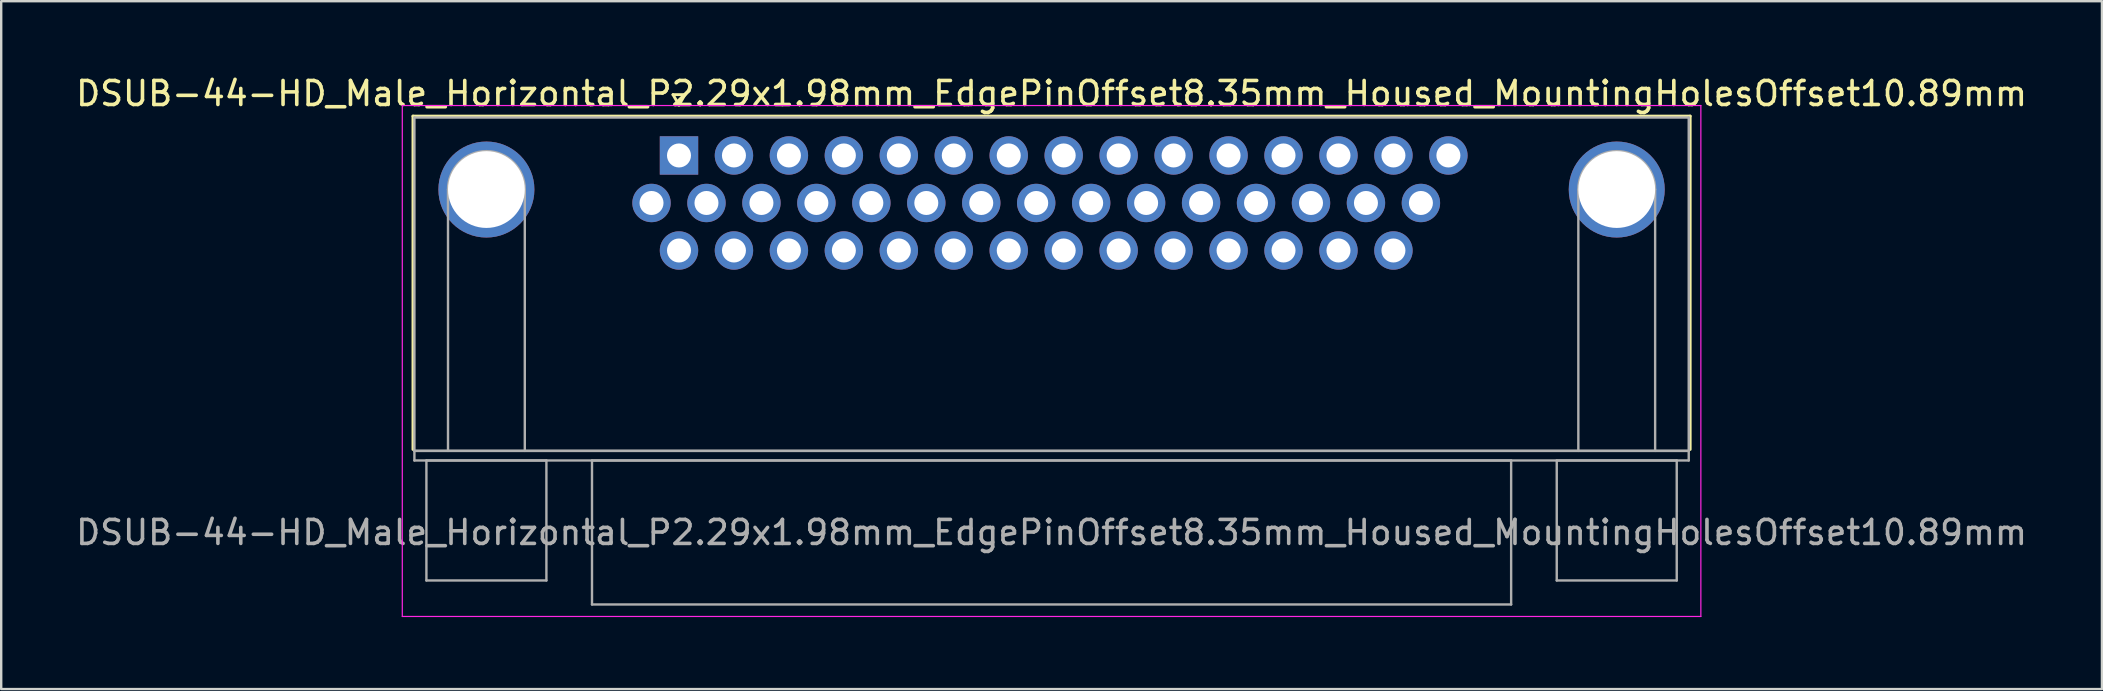
<source format=kicad_pcb>
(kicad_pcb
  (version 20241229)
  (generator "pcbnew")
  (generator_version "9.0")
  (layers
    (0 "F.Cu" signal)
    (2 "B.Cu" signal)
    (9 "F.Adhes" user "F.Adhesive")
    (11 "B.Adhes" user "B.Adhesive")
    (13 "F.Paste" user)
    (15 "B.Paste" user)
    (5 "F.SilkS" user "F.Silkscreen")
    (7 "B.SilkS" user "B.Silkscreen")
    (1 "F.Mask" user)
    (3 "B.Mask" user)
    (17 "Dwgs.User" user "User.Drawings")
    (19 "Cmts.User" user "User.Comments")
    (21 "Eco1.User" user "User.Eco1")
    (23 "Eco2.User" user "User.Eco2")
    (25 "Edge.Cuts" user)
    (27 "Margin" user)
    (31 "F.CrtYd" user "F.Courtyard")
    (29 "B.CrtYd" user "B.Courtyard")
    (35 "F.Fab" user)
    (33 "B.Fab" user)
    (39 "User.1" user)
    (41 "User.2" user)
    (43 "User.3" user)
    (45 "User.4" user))
  (footprint "DSUB-44-HD_Male_Horizontal_P2.29x1.98mm_EdgePinOffset8.35mm_Housed_MountingHolesOffset10.89mm"
    (layer "F.Cu")
    (at 25.243 3.428)
    (property "Reference" "DSUB-44-HD_Male_Horizontal_P2.29x1.98mm_EdgePinOffset8.35mm_Housed_MountingHolesOffset10.89mm" (at 15.525 -2.58 0) (layer "F.SilkS") (effects (font (size 1 1) (thickness 0.15))))
    (attr through_hole)
    (fp_line (start -11.085 -1.64) (end 42.135 -1.64) (stroke (width 0.12) (type solid)) (layer "F.SilkS"))
    (fp_line (start -11.085 12.25) (end -11.085 -1.64) (stroke (width 0.12) (type solid)) (layer "F.SilkS"))
    (fp_line (start -0.25 -2.534) (end 0.25 -2.534) (stroke (width 0.12) (type solid)) (layer "F.SilkS"))
    (fp_line (start 0 -2.101) (end -0.25 -2.534) (stroke (width 0.12) (type solid)) (layer "F.SilkS"))
    (fp_line (start 0.25 -2.534) (end 0 -2.101) (stroke (width 0.12) (type solid)) (layer "F.SilkS"))
    (fp_line (start 42.135 -1.64) (end 42.135 12.25) (stroke (width 0.12) (type solid)) (layer "F.SilkS"))
    (fp_line (start -11.53 -2.08) (end -11.53 19.21) (stroke (width 0.05) (type solid)) (layer "F.CrtYd"))
    (fp_line (start -11.53 19.21) (end 42.58 19.21) (stroke (width 0.05) (type solid)) (layer "F.CrtYd"))
    (fp_line (start 42.58 -2.08) (end -11.53 -2.08) (stroke (width 0.05) (type solid)) (layer "F.CrtYd"))
    (fp_line (start 42.58 19.21) (end 42.58 -2.08) (stroke (width 0.05) (type solid)) (layer "F.CrtYd"))
    (fp_line (start -11.025 -1.58) (end -11.025 12.31) (stroke (width 0.1) (type solid)) (layer "F.Fab"))
    (fp_line (start -11.025 12.31) (end -11.025 12.71) (stroke (width 0.1) (type solid)) (layer "F.Fab"))
    (fp_line (start -11.025 12.31) (end 42.075 12.31) (stroke (width 0.1) (type solid)) (layer "F.Fab"))
    (fp_line (start -11.025 12.71) (end 42.075 12.71) (stroke (width 0.1) (type solid)) (layer "F.Fab"))
    (fp_line (start -10.525 12.71) (end -10.525 17.71) (stroke (width 0.1) (type solid)) (layer "F.Fab"))
    (fp_line (start -10.525 17.71) (end -5.525 17.71) (stroke (width 0.1) (type solid)) (layer "F.Fab"))
    (fp_line (start -9.625 12.31) (end -9.625 1.42) (stroke (width 0.1) (type solid)) (layer "F.Fab"))
    (fp_line (start -6.425 12.31) (end -6.425 1.42) (stroke (width 0.1) (type solid)) (layer "F.Fab"))
    (fp_line (start -5.525 12.71) (end -10.525 12.71) (stroke (width 0.1) (type solid)) (layer "F.Fab"))
    (fp_line (start -5.525 17.71) (end -5.525 12.71) (stroke (width 0.1) (type solid)) (layer "F.Fab"))
    (fp_line (start -3.625 12.71) (end -3.625 18.71) (stroke (width 0.1) (type solid)) (layer "F.Fab"))
    (fp_line (start -3.625 18.71) (end 34.675 18.71) (stroke (width 0.1) (type solid)) (layer "F.Fab"))
    (fp_line (start 34.675 12.71) (end -3.625 12.71) (stroke (width 0.1) (type solid)) (layer "F.Fab"))
    (fp_line (start 34.675 18.71) (end 34.675 12.71) (stroke (width 0.1) (type solid)) (layer "F.Fab"))
    (fp_line (start 36.575 12.71) (end 36.575 17.71) (stroke (width 0.1) (type solid)) (layer "F.Fab"))
    (fp_line (start 36.575 17.71) (end 41.575 17.71) (stroke (width 0.1) (type solid)) (layer "F.Fab"))
    (fp_line (start 37.475 12.31) (end 37.475 1.42) (stroke (width 0.1) (type solid)) (layer "F.Fab"))
    (fp_line (start 40.675 12.31) (end 40.675 1.42) (stroke (width 0.1) (type solid)) (layer "F.Fab"))
    (fp_line (start 41.575 12.71) (end 36.575 12.71) (stroke (width 0.1) (type solid)) (layer "F.Fab"))
    (fp_line (start 41.575 17.71) (end 41.575 12.71) (stroke (width 0.1) (type solid)) (layer "F.Fab"))
    (fp_line (start 42.075 -1.58) (end -11.025 -1.58) (stroke (width 0.1) (type solid)) (layer "F.Fab"))
    (fp_line (start 42.075 12.31) (end -11.025 12.31) (stroke (width 0.1) (type solid)) (layer "F.Fab"))
    (fp_line (start 42.075 12.31) (end 42.075 -1.58) (stroke (width 0.1) (type solid)) (layer "F.Fab"))
    (fp_line (start 42.075 12.71) (end 42.075 12.31) (stroke (width 0.1) (type solid)) (layer "F.Fab"))
    (fp_arc (start -9.625 1.42) (mid -8.025 -0.18) (end -6.425 1.42) (stroke (width 0.1) (type solid)) (layer "F.Fab"))
    (fp_arc (start 37.475 1.42) (mid 39.075 -0.18) (end 40.675 1.42) (stroke (width 0.1) (type solid)) (layer "F.Fab"))
    (fp_text user "${REFERENCE}" (at 15.525 15.71 0) (layer "F.Fab") (effects (font (size 1 1) (thickness 0.15))))
    (pad "0" thru_hole circle (at -8.025 1.42) (size 4 4) (drill 3.2) (layers "*.Cu" "*.Mask"))
    (pad "0" thru_hole circle (at 39.075 1.42) (size 4 4) (drill 3.2) (layers "*.Cu" "*.Mask"))
    (pad "1" thru_hole rect (at 0 0) (size 1.6 1.6) (drill 1) (layers "*.Cu" "*.Mask"))
    (pad "2" thru_hole circle (at 2.29 0) (size 1.6 1.6) (drill 1) (layers "*.Cu" "*.Mask"))
    (pad "3" thru_hole circle (at 4.58 0) (size 1.6 1.6) (drill 1) (layers "*.Cu" "*.Mask"))
    (pad "4" thru_hole circle (at 6.87 0) (size 1.6 1.6) (drill 1) (layers "*.Cu" "*.Mask"))
    (pad "5" thru_hole circle (at 9.16 0) (size 1.6 1.6) (drill 1) (layers "*.Cu" "*.Mask"))
    (pad "6" thru_hole circle (at 11.45 0) (size 1.6 1.6) (drill 1) (layers "*.Cu" "*.Mask"))
    (pad "7" thru_hole circle (at 13.74 0) (size 1.6 1.6) (drill 1) (layers "*.Cu" "*.Mask"))
    (pad "8" thru_hole circle (at 16.03 0) (size 1.6 1.6) (drill 1) (layers "*.Cu" "*.Mask"))
    (pad "9" thru_hole circle (at 18.32 0) (size 1.6 1.6) (drill 1) (layers "*.Cu" "*.Mask"))
    (pad "10" thru_hole circle (at 20.61 0) (size 1.6 1.6) (drill 1) (layers "*.Cu" "*.Mask"))
    (pad "11" thru_hole circle (at 22.9 0) (size 1.6 1.6) (drill 1) (layers "*.Cu" "*.Mask"))
    (pad "12" thru_hole circle (at 25.19 0) (size 1.6 1.6) (drill 1) (layers "*.Cu" "*.Mask"))
    (pad "13" thru_hole circle (at 27.48 0) (size 1.6 1.6) (drill 1) (layers "*.Cu" "*.Mask"))
    (pad "14" thru_hole circle (at 29.77 0) (size 1.6 1.6) (drill 1) (layers "*.Cu" "*.Mask"))
    (pad "15" thru_hole circle (at 32.06 0) (size 1.6 1.6) (drill 1) (layers "*.Cu" "*.Mask"))
    (pad "16" thru_hole circle (at -1.145 1.98) (size 1.6 1.6) (drill 1) (layers "*.Cu" "*.Mask"))
    (pad "17" thru_hole circle (at 1.145 1.98) (size 1.6 1.6) (drill 1) (layers "*.Cu" "*.Mask"))
    (pad "18" thru_hole circle (at 3.435 1.98) (size 1.6 1.6) (drill 1) (layers "*.Cu" "*.Mask"))
    (pad "19" thru_hole circle (at 5.725 1.98) (size 1.6 1.6) (drill 1) (layers "*.Cu" "*.Mask"))
    (pad "20" thru_hole circle (at 8.015 1.98) (size 1.6 1.6) (drill 1) (layers "*.Cu" "*.Mask"))
    (pad "21" thru_hole circle (at 10.305 1.98) (size 1.6 1.6) (drill 1) (layers "*.Cu" "*.Mask"))
    (pad "22" thru_hole circle (at 12.595 1.98) (size 1.6 1.6) (drill 1) (layers "*.Cu" "*.Mask"))
    (pad "23" thru_hole circle (at 14.885 1.98) (size 1.6 1.6) (drill 1) (layers "*.Cu" "*.Mask"))
    (pad "24" thru_hole circle (at 17.175 1.98) (size 1.6 1.6) (drill 1) (layers "*.Cu" "*.Mask"))
    (pad "25" thru_hole circle (at 19.465 1.98) (size 1.6 1.6) (drill 1) (layers "*.Cu" "*.Mask"))
    (pad "26" thru_hole circle (at 21.755 1.98) (size 1.6 1.6) (drill 1) (layers "*.Cu" "*.Mask"))
    (pad "27" thru_hole circle (at 24.045 1.98) (size 1.6 1.6) (drill 1) (layers "*.Cu" "*.Mask"))
    (pad "28" thru_hole circle (at 26.335 1.98) (size 1.6 1.6) (drill 1) (layers "*.Cu" "*.Mask"))
    (pad "29" thru_hole circle (at 28.625 1.98) (size 1.6 1.6) (drill 1) (layers "*.Cu" "*.Mask"))
    (pad "30" thru_hole circle (at 30.915 1.98) (size 1.6 1.6) (drill 1) (layers "*.Cu" "*.Mask"))
    (pad "31" thru_hole circle (at 0 3.96) (size 1.6 1.6) (drill 1) (layers "*.Cu" "*.Mask"))
    (pad "32" thru_hole circle (at 2.29 3.96) (size 1.6 1.6) (drill 1) (layers "*.Cu" "*.Mask"))
    (pad "33" thru_hole circle (at 4.58 3.96) (size 1.6 1.6) (drill 1) (layers "*.Cu" "*.Mask"))
    (pad "34" thru_hole circle (at 6.87 3.96) (size 1.6 1.6) (drill 1) (layers "*.Cu" "*.Mask"))
    (pad "35" thru_hole circle (at 9.16 3.96) (size 1.6 1.6) (drill 1) (layers "*.Cu" "*.Mask"))
    (pad "36" thru_hole circle (at 11.45 3.96) (size 1.6 1.6) (drill 1) (layers "*.Cu" "*.Mask"))
    (pad "37" thru_hole circle (at 13.74 3.96) (size 1.6 1.6) (drill 1) (layers "*.Cu" "*.Mask"))
    (pad "38" thru_hole circle (at 16.03 3.96) (size 1.6 1.6) (drill 1) (layers "*.Cu" "*.Mask"))
    (pad "39" thru_hole circle (at 18.32 3.96) (size 1.6 1.6) (drill 1) (layers "*.Cu" "*.Mask"))
    (pad "40" thru_hole circle (at 20.61 3.96) (size 1.6 1.6) (drill 1) (layers "*.Cu" "*.Mask"))
    (pad "41" thru_hole circle (at 22.9 3.96) (size 1.6 1.6) (drill 1) (layers "*.Cu" "*.Mask"))
    (pad "42" thru_hole circle (at 25.19 3.96) (size 1.6 1.6) (drill 1) (layers "*.Cu" "*.Mask"))
    (pad "43" thru_hole circle (at 27.48 3.96) (size 1.6 1.6) (drill 1) (layers "*.Cu" "*.Mask"))
    (pad "44" thru_hole circle (at 29.77 3.96) (size 1.6 1.6) (drill 1) (layers "*.Cu" "*.Mask")))
  (gr_rect
    (start -3 -3)
    (end 84.536 25.663)
    (stroke (width 0.1) (type default))
    (fill no)
    (layer "Edge.Cuts")))
</source>
